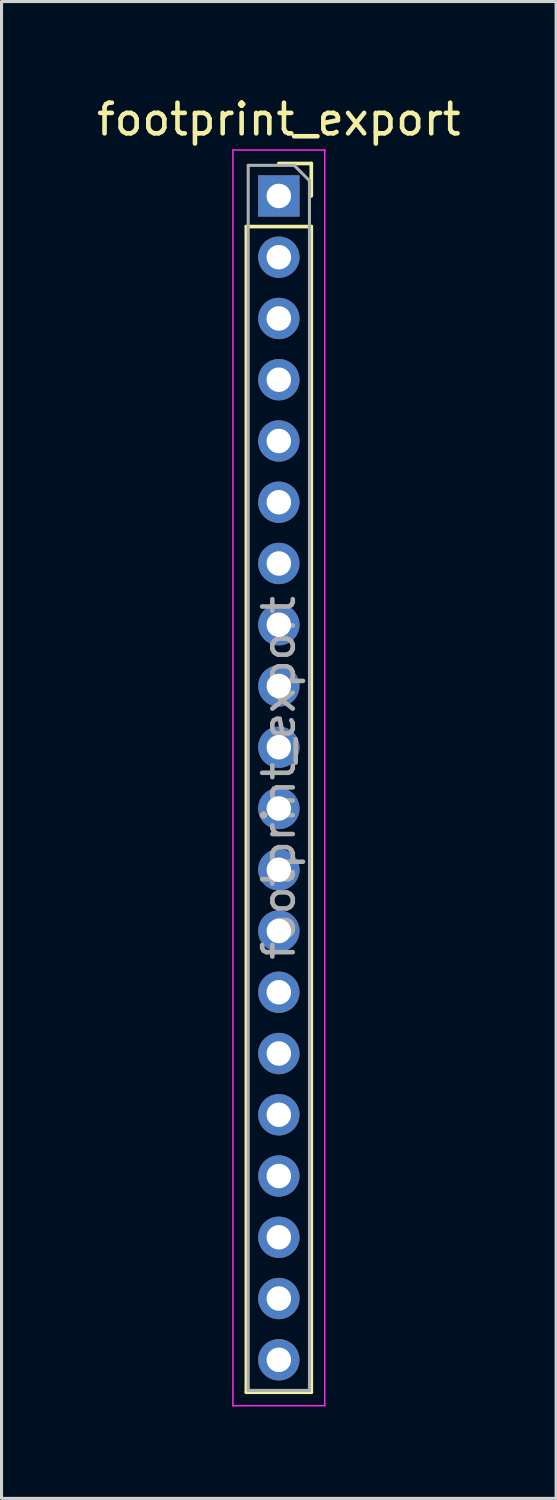
<source format=kicad_pcb>
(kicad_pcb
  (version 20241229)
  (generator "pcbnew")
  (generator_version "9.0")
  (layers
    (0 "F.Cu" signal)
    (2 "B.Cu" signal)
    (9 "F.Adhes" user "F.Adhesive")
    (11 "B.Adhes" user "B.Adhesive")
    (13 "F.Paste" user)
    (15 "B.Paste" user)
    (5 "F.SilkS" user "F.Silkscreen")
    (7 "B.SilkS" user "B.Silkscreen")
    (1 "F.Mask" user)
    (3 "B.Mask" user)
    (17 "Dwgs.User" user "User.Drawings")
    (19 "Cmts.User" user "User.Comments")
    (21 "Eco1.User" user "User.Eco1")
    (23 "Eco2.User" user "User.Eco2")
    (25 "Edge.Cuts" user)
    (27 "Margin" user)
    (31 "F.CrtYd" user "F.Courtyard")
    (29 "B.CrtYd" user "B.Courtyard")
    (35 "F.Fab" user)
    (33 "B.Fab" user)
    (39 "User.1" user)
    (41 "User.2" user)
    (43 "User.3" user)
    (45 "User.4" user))
  (footprint "footprint_export"
    (layer "F.Cu")
    (at 6.054 3.348)
    (property "Reference" "footprint_export" (at 0 -2.5 0) (layer "F.SilkS") (effects (font (size 1 1) (thickness 0.15))))
    (attr through_hole)
    (fp_line (start -1.06 1) (end -1.06 39.06) (stroke (width 0.12) (type solid)) (layer "F.SilkS"))
    (fp_line (start -1.06 1) (end 1.06 1) (stroke (width 0.12) (type solid)) (layer "F.SilkS"))
    (fp_line (start -1.06 39.06) (end 1.06 39.06) (stroke (width 0.12) (type solid)) (layer "F.SilkS"))
    (fp_line (start 0 -1.06) (end 1.06 -1.06) (stroke (width 0.12) (type solid)) (layer "F.SilkS"))
    (fp_line (start 1.06 -1.06) (end 1.06 0) (stroke (width 0.12) (type solid)) (layer "F.SilkS"))
    (fp_line (start 1.06 1) (end 1.06 39.06) (stroke (width 0.12) (type solid)) (layer "F.SilkS"))
    (fp_line (start -1.5 -1.5) (end 1.5 -1.5) (stroke (width 0.05) (type solid)) (layer "F.CrtYd"))
    (fp_line (start -1.5 39.5) (end -1.5 -1.5) (stroke (width 0.05) (type solid)) (layer "F.CrtYd"))
    (fp_line (start 1.5 -1.5) (end 1.5 39.5) (stroke (width 0.05) (type solid)) (layer "F.CrtYd"))
    (fp_line (start 1.5 39.5) (end -1.5 39.5) (stroke (width 0.05) (type solid)) (layer "F.CrtYd"))
    (fp_line (start -1 -1) (end 0.5 -1) (stroke (width 0.1) (type solid)) (layer "F.Fab"))
    (fp_line (start -1 39) (end -1 -1) (stroke (width 0.1) (type solid)) (layer "F.Fab"))
    (fp_line (start 0.5 -1) (end 1 -0.5) (stroke (width 0.1) (type solid)) (layer "F.Fab"))
    (fp_line (start 1 -0.5) (end 1 39) (stroke (width 0.1) (type solid)) (layer "F.Fab"))
    (fp_line (start 1 39) (end -1 39) (stroke (width 0.1) (type solid)) (layer "F.Fab"))
    (fp_text user "${REFERENCE}" (at 0 19 90) (layer "F.Fab") (effects (font (size 1 1) (thickness 0.15))))
    (pad "1" thru_hole rect (at 0 0) (size 1.35 1.35) (drill 0.8) (layers "*.Cu" "*.Mask"))
    (pad "2" thru_hole oval (at 0 2) (size 1.35 1.35) (drill 0.8) (layers "*.Cu" "*.Mask"))
    (pad "3" thru_hole oval (at 0 4) (size 1.35 1.35) (drill 0.8) (layers "*.Cu" "*.Mask"))
    (pad "4" thru_hole oval (at 0 6) (size 1.35 1.35) (drill 0.8) (layers "*.Cu" "*.Mask"))
    (pad "5" thru_hole oval (at 0 8) (size 1.35 1.35) (drill 0.8) (layers "*.Cu" "*.Mask"))
    (pad "6" thru_hole oval (at 0 10) (size 1.35 1.35) (drill 0.8) (layers "*.Cu" "*.Mask"))
    (pad "7" thru_hole oval (at 0 12) (size 1.35 1.35) (drill 0.8) (layers "*.Cu" "*.Mask"))
    (pad "8" thru_hole oval (at 0 14) (size 1.35 1.35) (drill 0.8) (layers "*.Cu" "*.Mask"))
    (pad "9" thru_hole oval (at 0 16) (size 1.35 1.35) (drill 0.8) (layers "*.Cu" "*.Mask"))
    (pad "10" thru_hole oval (at 0 18) (size 1.35 1.35) (drill 0.8) (layers "*.Cu" "*.Mask"))
    (pad "11" thru_hole oval (at 0 20) (size 1.35 1.35) (drill 0.8) (layers "*.Cu" "*.Mask"))
    (pad "12" thru_hole oval (at 0 22) (size 1.35 1.35) (drill 0.8) (layers "*.Cu" "*.Mask"))
    (pad "13" thru_hole oval (at 0 24) (size 1.35 1.35) (drill 0.8) (layers "*.Cu" "*.Mask"))
    (pad "14" thru_hole oval (at 0 26) (size 1.35 1.35) (drill 0.8) (layers "*.Cu" "*.Mask"))
    (pad "15" thru_hole oval (at 0 28) (size 1.35 1.35) (drill 0.8) (layers "*.Cu" "*.Mask"))
    (pad "16" thru_hole oval (at 0 30) (size 1.35 1.35) (drill 0.8) (layers "*.Cu" "*.Mask"))
    (pad "17" thru_hole oval (at 0 32) (size 1.35 1.35) (drill 0.8) (layers "*.Cu" "*.Mask"))
    (pad "18" thru_hole oval (at 0 34) (size 1.35 1.35) (drill 0.8) (layers "*.Cu" "*.Mask"))
    (pad "19" thru_hole oval (at 0 36) (size 1.35 1.35) (drill 0.8) (layers "*.Cu" "*.Mask"))
    (pad "20" thru_hole oval (at 0 38) (size 1.35 1.35) (drill 0.8) (layers "*.Cu" "*.Mask")))
  (gr_rect
    (start -3 -3)
    (end 15.107 45.873)
    (stroke (width 0.1) (type default))
    (fill no)
    (layer "Edge.Cuts")))
</source>
